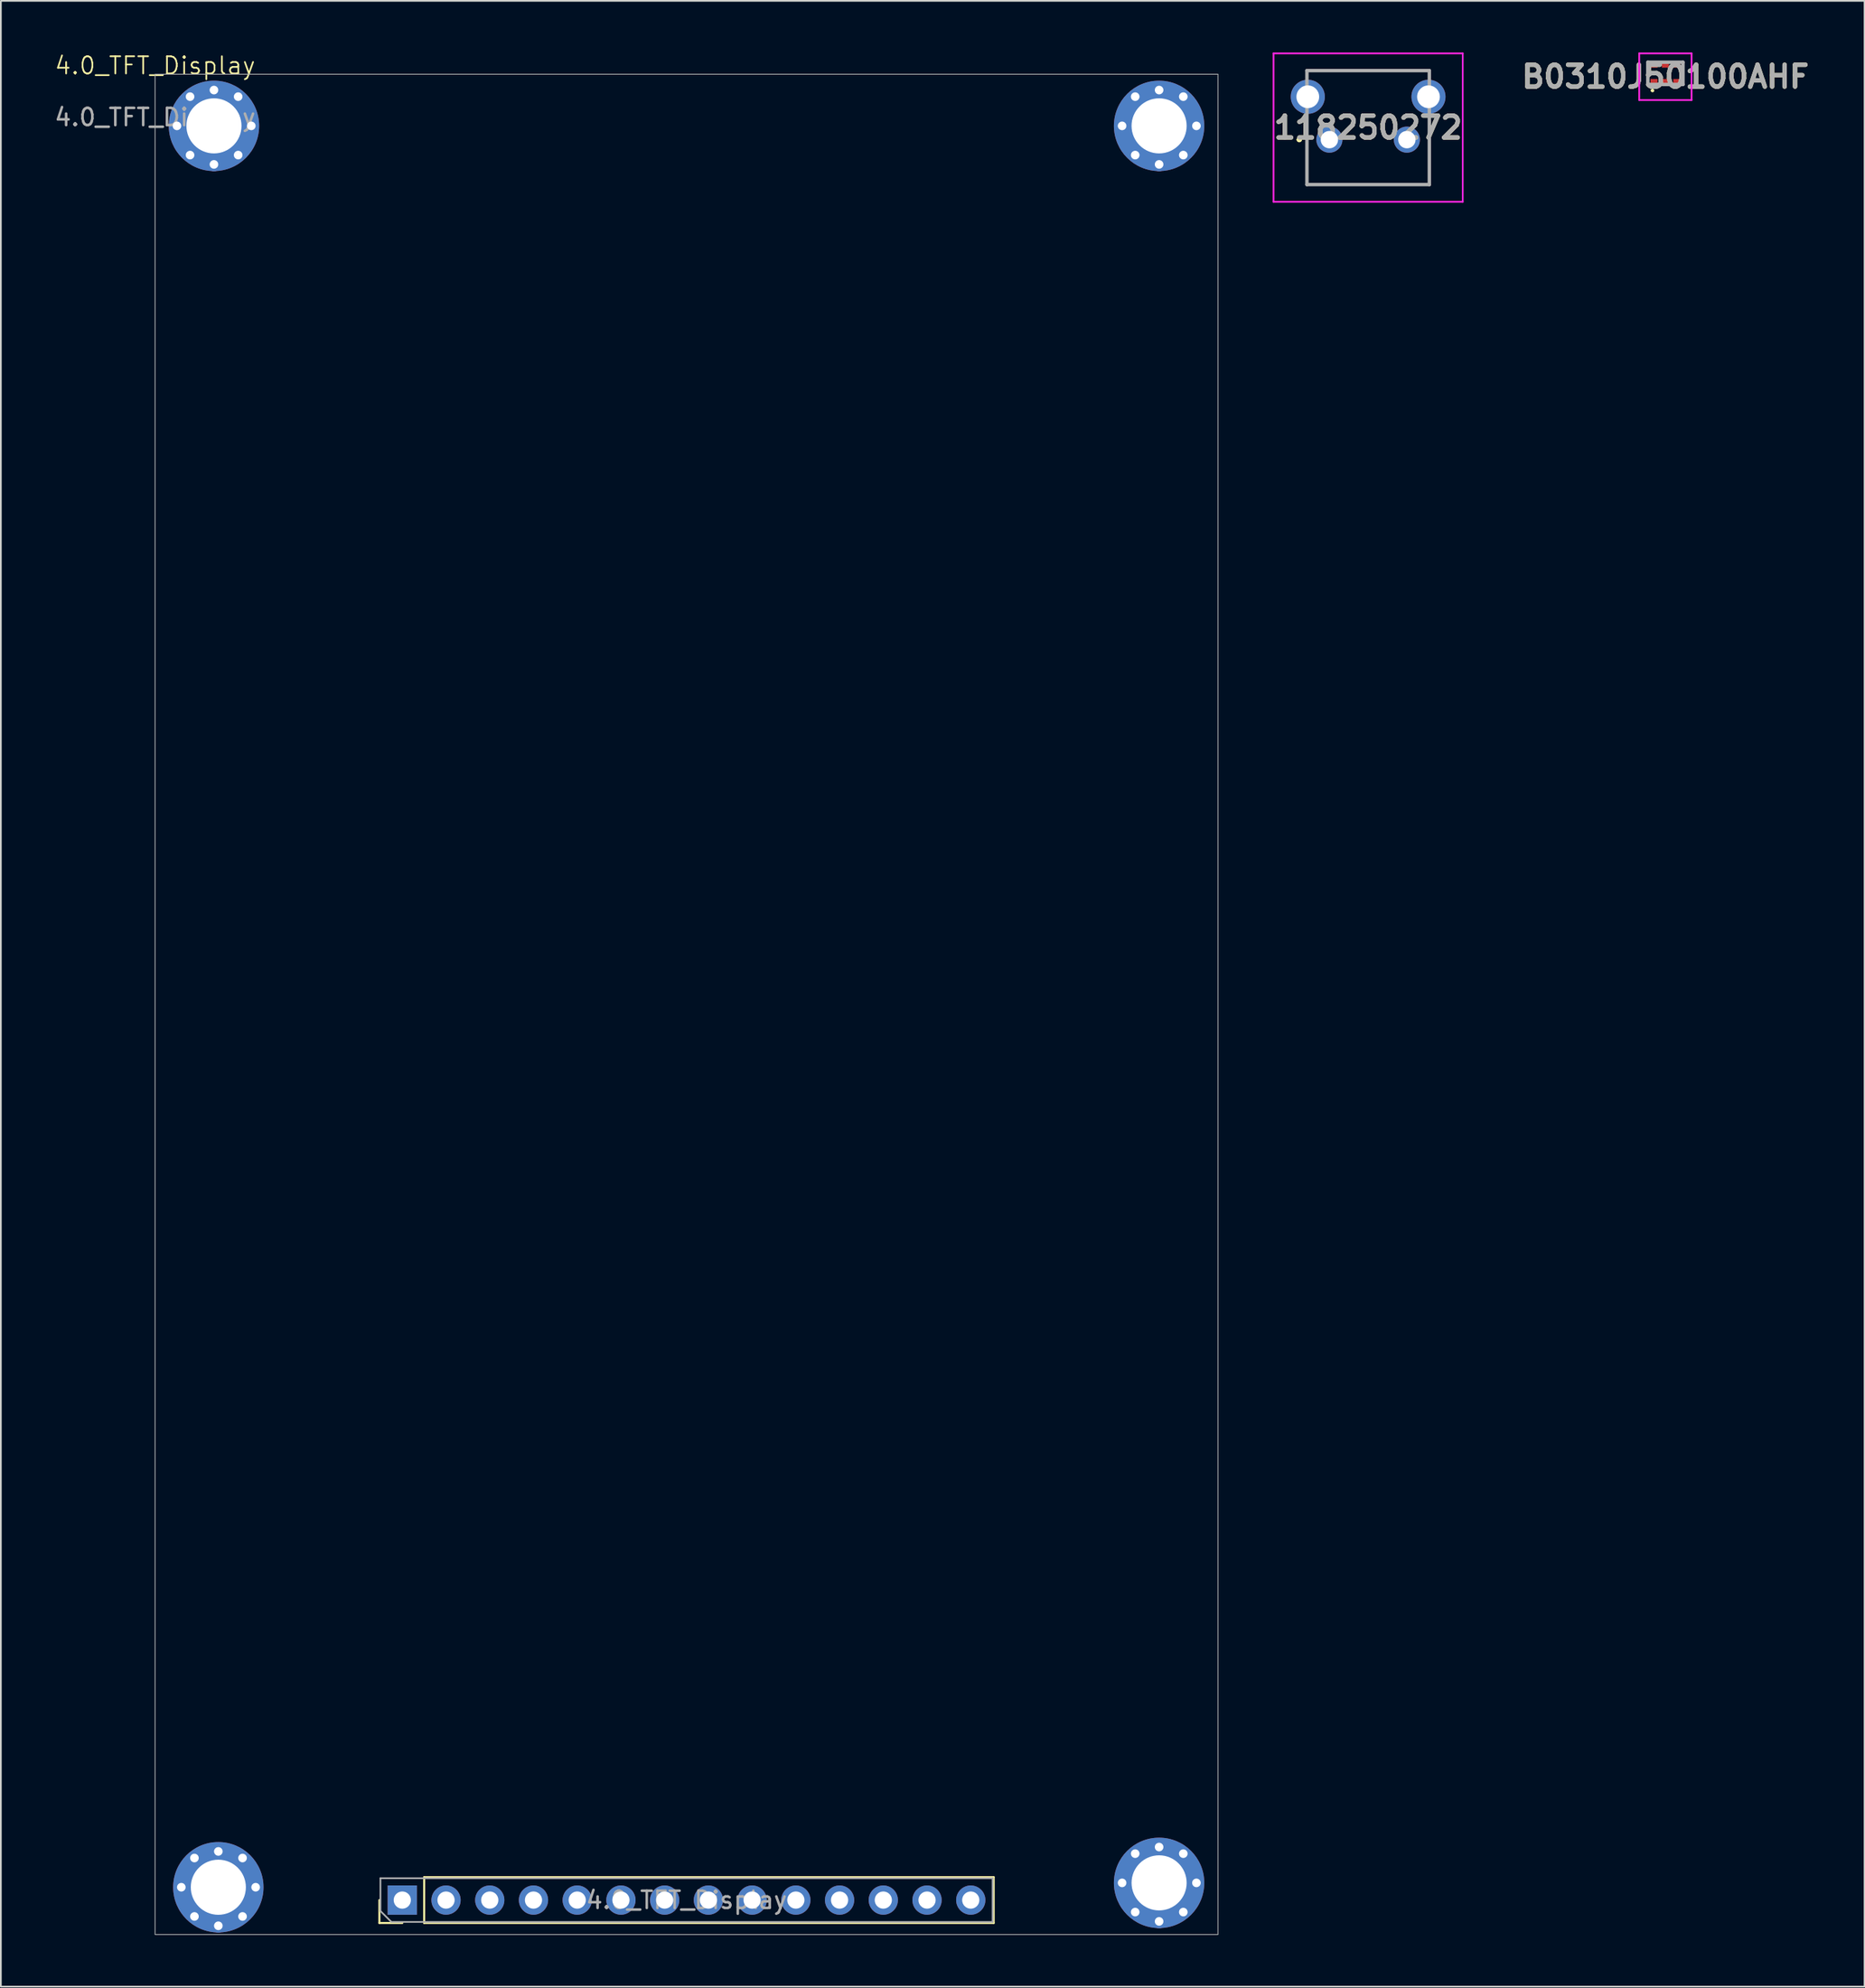
<source format=kicad_pcb>
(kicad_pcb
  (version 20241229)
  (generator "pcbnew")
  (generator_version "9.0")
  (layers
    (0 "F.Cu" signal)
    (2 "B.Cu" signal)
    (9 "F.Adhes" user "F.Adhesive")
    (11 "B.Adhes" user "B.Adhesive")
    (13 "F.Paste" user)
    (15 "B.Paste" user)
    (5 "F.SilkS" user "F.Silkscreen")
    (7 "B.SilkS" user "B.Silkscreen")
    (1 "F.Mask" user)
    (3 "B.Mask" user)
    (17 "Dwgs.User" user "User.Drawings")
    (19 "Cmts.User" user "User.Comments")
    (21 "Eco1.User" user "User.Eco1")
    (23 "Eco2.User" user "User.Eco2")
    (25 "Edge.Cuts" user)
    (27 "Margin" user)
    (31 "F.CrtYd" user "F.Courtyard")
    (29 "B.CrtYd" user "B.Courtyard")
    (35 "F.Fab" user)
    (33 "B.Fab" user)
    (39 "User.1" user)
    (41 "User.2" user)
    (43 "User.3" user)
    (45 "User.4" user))
  (footprint "118250272"
    (layer "F.Cu")
    (at 74.17 5.06)
    (property "Reference" "118250272" (at 2.25 -0.7 0) (layer "F.SilkS") (effects (font (size 1.27 1.27) (thickness 0.254))))
    (attr through_hole)
    (fp_line (start -1.8 0) (end -1.8 0) (stroke (width 0.2) (type solid)) (layer "F.SilkS"))
    (fp_line (start -1.8 0) (end -1.8 0) (stroke (width 0.2) (type solid)) (layer "F.SilkS"))
    (fp_line (start -1.7 0) (end -1.7 0) (stroke (width 0.2) (type solid)) (layer "F.SilkS"))
    (fp_arc (start -1.8 0) (mid -1.75 -0.05) (end -1.7 0) (stroke (width 0.2) (type solid)) (layer "F.SilkS"))
    (fp_arc (start -1.7 0) (mid -1.75 0.05) (end -1.8 0) (stroke (width 0.2) (type solid)) (layer "F.SilkS"))
    (fp_arc (start -1.7 0) (mid -1.75 0.05) (end -1.8 0) (stroke (width 0.2) (type solid)) (layer "F.SilkS"))
    (fp_line (start -3.245 -5.01) (end 7.745 -5.01) (stroke (width 0.1) (type solid)) (layer "F.CrtYd"))
    (fp_line (start -3.245 3.61) (end -3.245 -5.01) (stroke (width 0.1) (type solid)) (layer "F.CrtYd"))
    (fp_line (start 7.745 -5.01) (end 7.745 3.61) (stroke (width 0.1) (type solid)) (layer "F.CrtYd"))
    (fp_line (start 7.745 3.61) (end -3.245 3.61) (stroke (width 0.1) (type solid)) (layer "F.CrtYd"))
    (fp_line (start -1.305 -4.01) (end -1.305 2.61) (stroke (width 0.2) (type solid)) (layer "F.Fab"))
    (fp_line (start -1.305 2.61) (end 5.805 2.61) (stroke (width 0.2) (type solid)) (layer "F.Fab"))
    (fp_line (start 5.805 -4.01) (end -1.305 -4.01) (stroke (width 0.2) (type solid)) (layer "F.Fab"))
    (fp_line (start 5.805 2.61) (end 5.805 -4.01) (stroke (width 0.2) (type solid)) (layer "F.Fab"))
    (fp_text user "${REFERENCE}" (at 2.25 -0.7 0) (layer "F.Fab") (effects (font (size 1.27 1.27) (thickness 0.254))))
    (pad "1" thru_hole circle (at 0 0) (size 1.515 1.515) (drill 1.01) (layers "*.Cu" "*.Mask"))
    (pad "2" thru_hole circle (at 4.5 0) (size 1.515 1.515) (drill 1.01) (layers "*.Cu" "*.Mask"))
    (pad "MH1" thru_hole circle (at -1.255 -2.49) (size 1.98 1.98) (drill 1.32) (layers "*.Cu" "*.Mask"))
    (pad "MH2" thru_hole circle (at 5.755 -2.49) (size 1.98 1.98) (drill 1.32) (layers "*.Cu" "*.Mask")))
  (footprint "B0310J50100AHF"
    (layer "F.Cu")
    (at 93.687 1.21)
    (property "Reference" "B0310J50100AHF" (at 0 0.195 0) (layer "F.SilkS") (effects (font (size 1.27 1.27) (thickness 0.254))))
    (attr smd)
    (fp_line (start -1.02 -0.645) (end -1.02 0.645) (stroke (width 0.1) (type solid)) (layer "F.SilkS"))
    (fp_line (start -0.8 1) (end -0.8 1) (stroke (width 0.1) (type solid)) (layer "F.SilkS"))
    (fp_line (start -0.7 1) (end -0.7 1) (stroke (width 0.1) (type solid)) (layer "F.SilkS"))
    (fp_line (start 1.02 0.645) (end 1.02 -0.645) (stroke (width 0.1) (type solid)) (layer "F.SilkS"))
    (fp_arc (start -0.8 1) (mid -0.75 0.95) (end -0.7 1) (stroke (width 0.1) (type solid)) (layer "F.SilkS"))
    (fp_arc (start -0.7 1) (mid -0.75 1.05) (end -0.8 1) (stroke (width 0.1) (type solid)) (layer "F.SilkS"))
    (fp_line (start -1.52 -1.16) (end 1.52 -1.16) (stroke (width 0.1) (type solid)) (layer "F.CrtYd"))
    (fp_line (start -1.52 1.55) (end -1.52 -1.16) (stroke (width 0.1) (type solid)) (layer "F.CrtYd"))
    (fp_line (start 1.52 -1.16) (end 1.52 1.55) (stroke (width 0.1) (type solid)) (layer "F.CrtYd"))
    (fp_line (start 1.52 1.55) (end -1.52 1.55) (stroke (width 0.1) (type solid)) (layer "F.CrtYd"))
    (fp_line (start -1.02 -0.645) (end 1.02 -0.645) (stroke (width 0.2) (type solid)) (layer "F.Fab"))
    (fp_line (start -1.02 0.645) (end -1.02 -0.645) (stroke (width 0.2) (type solid)) (layer "F.Fab"))
    (fp_line (start 1.02 -0.645) (end 1.02 0.645) (stroke (width 0.2) (type solid)) (layer "F.Fab"))
    (fp_line (start 1.02 0.645) (end -1.02 0.645) (stroke (width 0.2) (type solid)) (layer "F.Fab"))
    (fp_text user "${REFERENCE}" (at 0 0.195 0) (layer "F.Fab") (effects (font (size 1.27 1.27) (thickness 0.254))))
    (pad "1" smd rect (at -0.66 0.495 90) (size 0.33 0.41) (layers "F.Cu" "F.Mask" "F.Paste"))
    (pad "2" smd rect (at 0 0.495 90) (size 0.33 0.41) (layers "F.Cu" "F.Mask" "F.Paste"))
    (pad "3" smd rect (at 0.66 0.495 90) (size 0.33 0.41) (layers "F.Cu" "F.Mask" "F.Paste"))
    (pad "4" smd rect (at 0.66 -0.495 90) (size 0.33 0.41) (layers "F.Cu" "F.Mask" "F.Paste"))
    (pad "5" smd rect (at 0 -0.495 90) (size 0.33 0.41) (layers "F.Cu" "F.Mask" "F.Paste"))
    (pad "6" smd rect (at -0.66 -0.495 90) (size 0.33 0.41) (layers "F.Cu" "F.Mask" "F.Paste")))
  (footprint "4.0_TFT_Display"
    (layer "F.Cu")
    (at 5.958 1.26)
    (property "Reference" "4.0_TFT_Display" (at 0 -0.5 0) (unlocked yes) (layer "F.SilkS") (effects (font (size 1 1) (thickness 0.1))))
    (attr through_hole)
    (fp_line (start 13.03 107.37) (end 13.03 106.04) (stroke (width 0.12) (type solid)) (layer "F.SilkS"))
    (fp_line (start 14.36 107.37) (end 13.03 107.37) (stroke (width 0.12) (type solid)) (layer "F.SilkS"))
    (fp_line (start 15.63 104.71) (end 48.71 104.71) (stroke (width 0.12) (type solid)) (layer "F.SilkS"))
    (fp_line (start 15.63 107.37) (end 15.63 104.71) (stroke (width 0.12) (type solid)) (layer "F.SilkS"))
    (fp_line (start 15.63 107.37) (end 48.71 107.37) (stroke (width 0.12) (type solid)) (layer "F.SilkS"))
    (fp_line (start 48.71 107.37) (end 48.71 104.71) (stroke (width 0.12) (type solid)) (layer "F.SilkS"))
    (fp_line (start 13.09 104.77) (end 48.65 104.77) (stroke (width 0.1) (type solid)) (layer "F.Fab"))
    (fp_line (start 13.09 106.675) (end 13.09 104.77) (stroke (width 0.1) (type solid)) (layer "F.Fab"))
    (fp_line (start 13.725 107.31) (end 13.09 106.675) (stroke (width 0.1) (type solid)) (layer "F.Fab"))
    (fp_line (start 48.65 104.77) (end 48.65 107.31) (stroke (width 0.1) (type solid)) (layer "F.Fab"))
    (fp_line (start 48.65 107.31) (end 13.725 107.31) (stroke (width 0.1) (type solid)) (layer "F.Fab"))
    (fp_rect (start 0 0) (end 61.74 108.04) (stroke (width 0.05) (type default)) (fill no) (layer "F.Fab"))
    (fp_text user "${REFERENCE}" (at 30.87 106.04 180) (layer "F.Fab") (effects (font (size 1 1) (thickness 0.15))))
    (fp_text user "${REFERENCE}" (at 0 2.5 0) (unlocked yes) (layer "F.Fab") (effects (font (size 1 1) (thickness 0.15))))
    (pad "1" thru_hole rect (at 14.36 106.04 90) (size 1.7 1.7) (drill 1) (layers "*.Cu" "*.Mask"))
    (pad "2" thru_hole oval (at 16.9 106.04 90) (size 1.7 1.7) (drill 1) (layers "*.Cu" "*.Mask"))
    (pad "3" thru_hole oval (at 19.44 106.04 90) (size 1.7 1.7) (drill 1) (layers "*.Cu" "*.Mask"))
    (pad "4" thru_hole oval (at 21.98 106.04 90) (size 1.7 1.7) (drill 1) (layers "*.Cu" "*.Mask"))
    (pad "5" thru_hole oval (at 24.52 106.04 90) (size 1.7 1.7) (drill 1) (layers "*.Cu" "*.Mask"))
    (pad "6" thru_hole oval (at 27.06 106.04 90) (size 1.7 1.7) (drill 1) (layers "*.Cu" "*.Mask"))
    (pad "7" thru_hole oval (at 29.6 106.04 90) (size 1.7 1.7) (drill 1) (layers "*.Cu" "*.Mask"))
    (pad "8" thru_hole oval (at 32.14 106.04 90) (size 1.7 1.7) (drill 1) (layers "*.Cu" "*.Mask"))
    (pad "9" thru_hole oval (at 34.68 106.04 90) (size 1.7 1.7) (drill 1) (layers "*.Cu" "*.Mask"))
    (pad "10" thru_hole oval (at 37.22 106.04 90) (size 1.7 1.7) (drill 1) (layers "*.Cu" "*.Mask"))
    (pad "11" thru_hole oval (at 39.76 106.04 90) (size 1.7 1.7) (drill 1) (layers "*.Cu" "*.Mask"))
    (pad "12" thru_hole oval (at 42.3 106.04 90) (size 1.7 1.7) (drill 1) (layers "*.Cu" "*.Mask"))
    (pad "13" thru_hole oval (at 44.84 106.04 90) (size 1.7 1.7) (drill 1) (layers "*.Cu" "*.Mask"))
    (pad "14" thru_hole oval (at 47.38 106.04 90) (size 1.7 1.7) (drill 1) (layers "*.Cu" "*.Mask"))
    (pad "15" thru_hole circle (at 1.27 3) (size 0.8 0.8) (drill 0.5) (layers "*.Cu" "*.Mask"))
    (pad "15" thru_hole circle (at 1.524 105.294) (size 0.8 0.8) (drill 0.5) (layers "*.Cu" "*.Mask"))
    (pad "15" thru_hole circle (at 2.032 1.303) (size 0.8 0.8) (drill 0.5) (layers "*.Cu" "*.Mask"))
    (pad "15" thru_hole circle (at 2.032 4.697) (size 0.8 0.8) (drill 0.5) (layers "*.Cu" "*.Mask"))
    (pad "15" thru_hole circle (at 2.286 103.597) (size 0.8 0.8) (drill 0.5) (layers "*.Cu" "*.Mask"))
    (pad "15" thru_hole circle (at 2.286 106.991) (size 0.8 0.8) (drill 0.5) (layers "*.Cu" "*.Mask"))
    (pad "15" thru_hole circle (at 3.42 0.92) (size 0.8 0.8) (drill 0.5) (layers "*.Cu" "*.Mask"))
    (pad "15" thru_hole circle (at 3.42 3) (size 5.25 5.25) (drill 3.2) (layers "*.Cu" "*.Mask"))
    (pad "15" thru_hole circle (at 3.42 5.238) (size 0.8 0.8) (drill 0.5) (layers "*.Cu" "*.Mask"))
    (pad "15" thru_hole circle (at 3.674 103.214) (size 0.8 0.8) (drill 0.5) (layers "*.Cu" "*.Mask"))
    (pad "15" thru_hole circle (at 3.674 105.294) (size 5.25 5.25) (drill 3.2) (layers "*.Cu" "*.Mask"))
    (pad "15" thru_hole circle (at 3.674 107.532) (size 0.8 0.8) (drill 0.5) (layers "*.Cu" "*.Mask"))
    (pad "15" thru_hole circle (at 4.826 1.303) (size 0.8 0.8) (drill 0.5) (layers "*.Cu" "*.Mask"))
    (pad "15" thru_hole circle (at 4.826 4.697) (size 0.8 0.8) (drill 0.5) (layers "*.Cu" "*.Mask"))
    (pad "15" thru_hole circle (at 5.08 103.597) (size 0.8 0.8) (drill 0.5) (layers "*.Cu" "*.Mask"))
    (pad "15" thru_hole circle (at 5.08 106.991) (size 0.8 0.8) (drill 0.5) (layers "*.Cu" "*.Mask"))
    (pad "15" thru_hole circle (at 5.588 3) (size 0.8 0.8) (drill 0.5) (layers "*.Cu" "*.Mask"))
    (pad "15" thru_hole circle (at 5.842 105.294) (size 0.8 0.8) (drill 0.5) (layers "*.Cu" "*.Mask"))
    (pad "15" thru_hole circle (at 56.17 3) (size 0.8 0.8) (drill 0.5) (layers "*.Cu" "*.Mask"))
    (pad "15" thru_hole circle (at 56.17 105.04) (size 0.8 0.8) (drill 0.5) (layers "*.Cu" "*.Mask"))
    (pad "15" thru_hole circle (at 56.932 1.303) (size 0.8 0.8) (drill 0.5) (layers "*.Cu" "*.Mask"))
    (pad "15" thru_hole circle (at 56.932 4.697) (size 0.8 0.8) (drill 0.5) (layers "*.Cu" "*.Mask"))
    (pad "15" thru_hole circle (at 56.932 103.343) (size 0.8 0.8) (drill 0.5) (layers "*.Cu" "*.Mask"))
    (pad "15" thru_hole circle (at 56.932 106.737) (size 0.8 0.8) (drill 0.5) (layers "*.Cu" "*.Mask"))
    (pad "15" thru_hole circle (at 58.32 0.92) (size 0.8 0.8) (drill 0.5) (layers "*.Cu" "*.Mask"))
    (pad "15" thru_hole circle (at 58.32 3) (size 5.25 5.25) (drill 3.2) (layers "*.Cu" "*.Mask"))
    (pad "15" thru_hole circle (at 58.32 5.238) (size 0.8 0.8) (drill 0.5) (layers "*.Cu" "*.Mask"))
    (pad "15" thru_hole circle (at 58.32 102.96) (size 0.8 0.8) (drill 0.5) (layers "*.Cu" "*.Mask"))
    (pad "15" thru_hole circle (at 58.32 105.04) (size 5.25 5.25) (drill 3.2) (layers "*.Cu" "*.Mask"))
    (pad "15" thru_hole circle (at 58.32 107.278) (size 0.8 0.8) (drill 0.5) (layers "*.Cu" "*.Mask"))
    (pad "15" thru_hole circle (at 59.726 1.303) (size 0.8 0.8) (drill 0.5) (layers "*.Cu" "*.Mask"))
    (pad "15" thru_hole circle (at 59.726 4.697) (size 0.8 0.8) (drill 0.5) (layers "*.Cu" "*.Mask"))
    (pad "15" thru_hole circle (at 59.726 103.343) (size 0.8 0.8) (drill 0.5) (layers "*.Cu" "*.Mask"))
    (pad "15" thru_hole circle (at 59.726 106.737) (size 0.8 0.8) (drill 0.5) (layers "*.Cu" "*.Mask"))
    (pad "15" thru_hole circle (at 60.488 3) (size 0.8 0.8) (drill 0.5) (layers "*.Cu" "*.Mask"))
    (pad "15" thru_hole circle (at 60.488 105.04) (size 0.8 0.8) (drill 0.5) (layers "*.Cu" "*.Mask")))
  (gr_rect
    (start -3 -3)
    (end 105.256 112.326)
    (stroke (width 0.1) (type default))
    (fill no)
    (layer "Edge.Cuts")))
</source>
